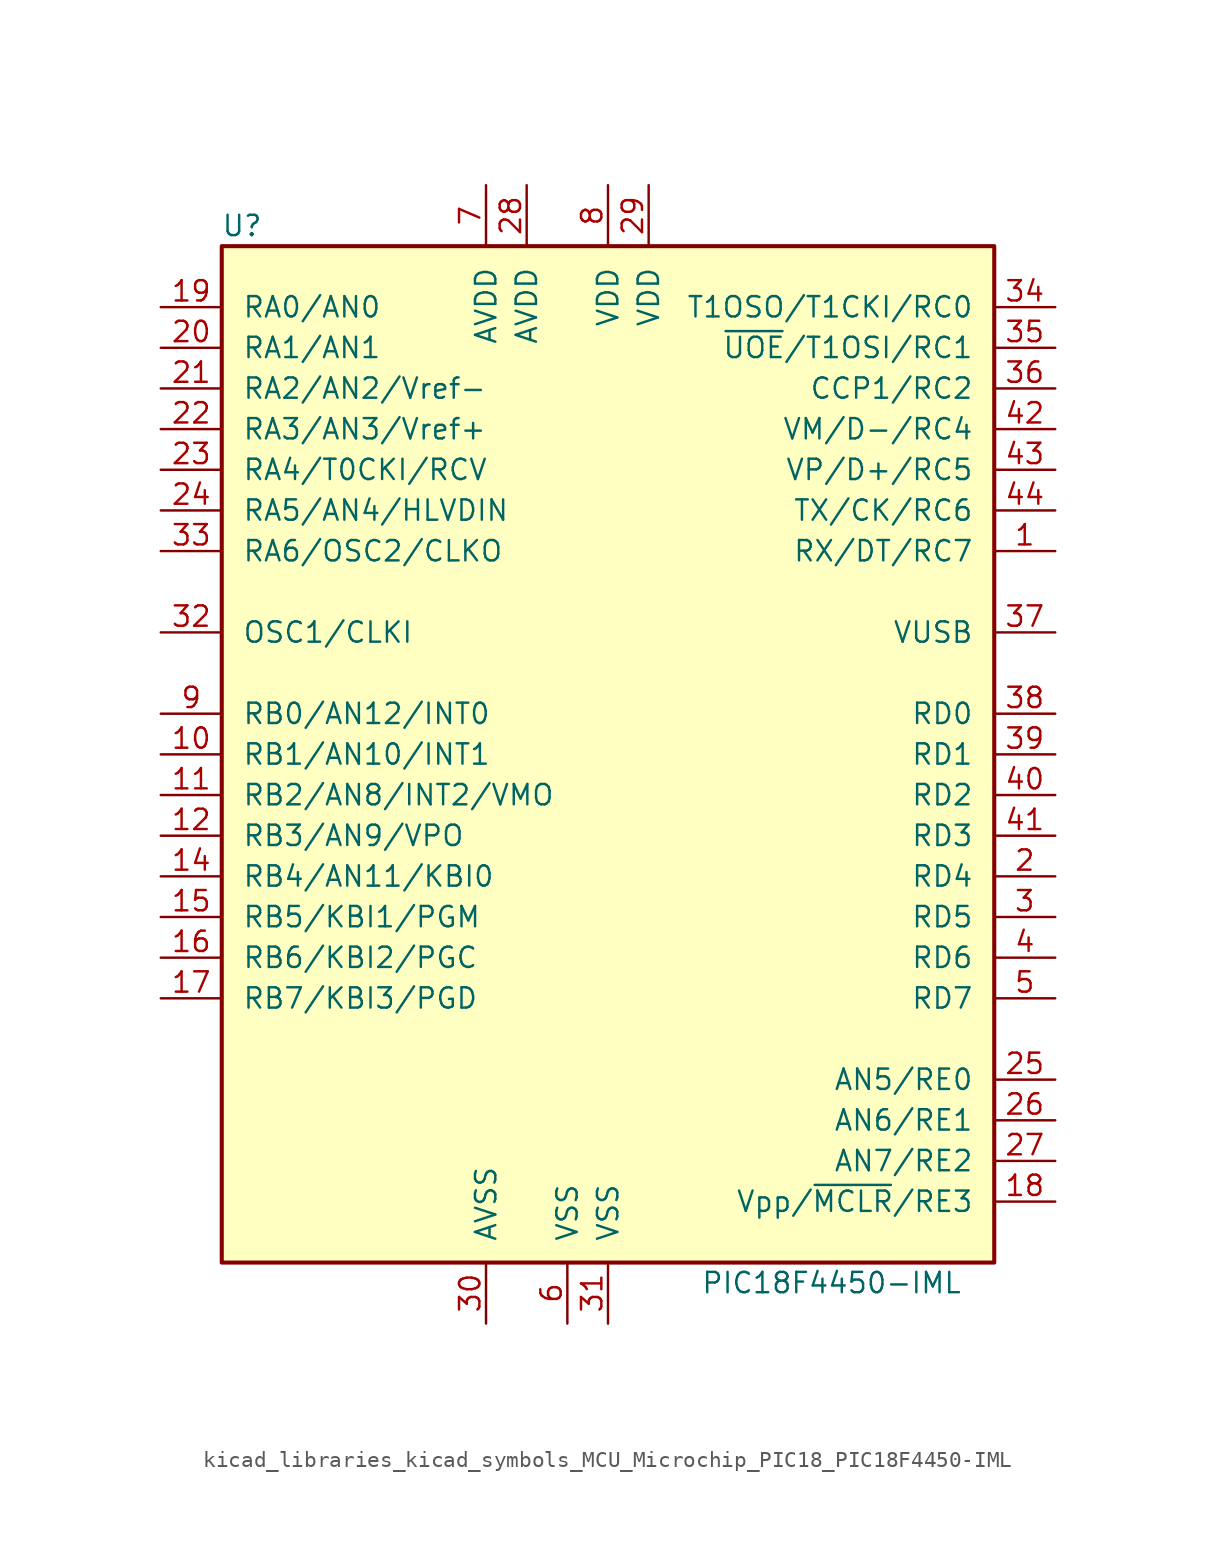
<source format=kicad_sym>
(kicad_symbol_lib
  (version 20220914)
  (generator kicad_symbol_editor)
  (symbol "kicad_libraries_kicad_symbols_MCU_Microchip_PIC18_PIC18F4450-IML"
    (pin_names
      (offset 1.27))
    (property "Reference" "U"
      (at -22.86 33.02 0)
      (effects (font (size 1.27 1.27))))
    (property "Value" "PIC18F4450-IML"
      (at 13.97 -33.02 0)
      (effects (font (size 1.27 1.27))))
    (symbol "kicad_libraries_kicad_symbols_MCU_Microchip_PIC18_PIC18F4450-IML_0_1"
      (rectangle (start -24.13 31.75) (end 24.13 -31.75) (stroke (width 0.254) (type default)) (fill (type background))))
    (symbol "kicad_libraries_kicad_symbols_MCU_Microchip_PIC18_PIC18F4450-IML_1_1"
      (pin bidirectional line (at 27.94 12.7 180) (length 3.81) (name "RX/DT/RC7" (effects (font (size 1.27 1.27)))) (number "1" (effects (font (size 1.27 1.27)))))
      (pin bidirectional line (at -27.94 0 0) (length 3.81) (name "RB1/AN10/INT1" (effects (font (size 1.27 1.27)))) (number "10" (effects (font (size 1.27 1.27)))))
      (pin bidirectional line (at -27.94 -2.54 0) (length 3.81) (name "RB2/AN8/INT2/VMO" (effects (font (size 1.27 1.27)))) (number "11" (effects (font (size 1.27 1.27)))))
      (pin bidirectional line (at -27.94 -5.08 0) (length 3.81) (name "RB3/AN9/VPO" (effects (font (size 1.27 1.27)))) (number "12" (effects (font (size 1.27 1.27)))))
      (pin no_connect line (at -12.7 -31.75 90) (length 3.81) hide (name "NC" (effects (font (size 1.27 1.27)))) (number "13" (effects (font (size 1.27 1.27)))))
      (pin bidirectional line (at -27.94 -7.62 0) (length 3.81) (name "RB4/AN11/KBI0" (effects (font (size 1.27 1.27)))) (number "14" (effects (font (size 1.27 1.27)))))
      (pin bidirectional line (at -27.94 -10.16 0) (length 3.81) (name "RB5/KBI1/PGM" (effects (font (size 1.27 1.27)))) (number "15" (effects (font (size 1.27 1.27)))))
      (pin bidirectional line (at -27.94 -12.7 0) (length 3.81) (name "RB6/KBI2/PGC" (effects (font (size 1.27 1.27)))) (number "16" (effects (font (size 1.27 1.27)))))
      (pin bidirectional line (at -27.94 -15.24 0) (length 3.81) (name "RB7/KBI3/PGD" (effects (font (size 1.27 1.27)))) (number "17" (effects (font (size 1.27 1.27)))))
      (pin input line (at 27.94 -27.94 180) (length 3.81) (name "Vpp/~{MCLR}/RE3" (effects (font (size 1.27 1.27)))) (number "18" (effects (font (size 1.27 1.27)))))
      (pin bidirectional line (at -27.94 27.94 0) (length 3.81) (name "RA0/AN0" (effects (font (size 1.27 1.27)))) (number "19" (effects (font (size 1.27 1.27)))))
      (pin bidirectional line (at 27.94 -7.62 180) (length 3.81) (name "RD4" (effects (font (size 1.27 1.27)))) (number "2" (effects (font (size 1.27 1.27)))))
      (pin bidirectional line (at -27.94 25.4 0) (length 3.81) (name "RA1/AN1" (effects (font (size 1.27 1.27)))) (number "20" (effects (font (size 1.27 1.27)))))
      (pin bidirectional line (at -27.94 22.86 0) (length 3.81) (name "RA2/AN2/Vref-" (effects (font (size 1.27 1.27)))) (number "21" (effects (font (size 1.27 1.27)))))
      (pin bidirectional line (at -27.94 20.32 0) (length 3.81) (name "RA3/AN3/Vref+" (effects (font (size 1.27 1.27)))) (number "22" (effects (font (size 1.27 1.27)))))
      (pin bidirectional line (at -27.94 17.78 0) (length 3.81) (name "RA4/T0CKI/RCV" (effects (font (size 1.27 1.27)))) (number "23" (effects (font (size 1.27 1.27)))))
      (pin bidirectional line (at -27.94 15.24 0) (length 3.81) (name "RA5/AN4/HLVDIN" (effects (font (size 1.27 1.27)))) (number "24" (effects (font (size 1.27 1.27)))))
      (pin bidirectional line (at 27.94 -20.32 180) (length 3.81) (name "AN5/RE0" (effects (font (size 1.27 1.27)))) (number "25" (effects (font (size 1.27 1.27)))))
      (pin bidirectional line (at 27.94 -22.86 180) (length 3.81) (name "AN6/RE1" (effects (font (size 1.27 1.27)))) (number "26" (effects (font (size 1.27 1.27)))))
      (pin bidirectional line (at 27.94 -25.4 180) (length 3.81) (name "AN7/RE2" (effects (font (size 1.27 1.27)))) (number "27" (effects (font (size 1.27 1.27)))))
      (pin power_in line (at -5.08 35.56 270) (length 3.81) (name "AVDD" (effects (font (size 1.27 1.27)))) (number "28" (effects (font (size 1.27 1.27)))))
      (pin power_in line (at 2.54 35.56 270) (length 3.81) (name "VDD" (effects (font (size 1.27 1.27)))) (number "29" (effects (font (size 1.27 1.27)))))
      (pin bidirectional line (at 27.94 -10.16 180) (length 3.81) (name "RD5" (effects (font (size 1.27 1.27)))) (number "3" (effects (font (size 1.27 1.27)))))
      (pin power_in line (at -7.62 -35.56 90) (length 3.81) (name "AVSS" (effects (font (size 1.27 1.27)))) (number "30" (effects (font (size 1.27 1.27)))))
      (pin power_in line (at 0 -35.56 90) (length 3.81) (name "VSS" (effects (font (size 1.27 1.27)))) (number "31" (effects (font (size 1.27 1.27)))))
      (pin input line (at -27.94 7.62 0) (length 3.81) (name "OSC1/CLKI" (effects (font (size 1.27 1.27)))) (number "32" (effects (font (size 1.27 1.27)))))
      (pin output line (at -27.94 12.7 0) (length 3.81) (name "RA6/OSC2/CLKO" (effects (font (size 1.27 1.27)))) (number "33" (effects (font (size 1.27 1.27)))))
      (pin bidirectional line (at 27.94 27.94 180) (length 3.81) (name "T1OSO/T1CKI/RC0" (effects (font (size 1.27 1.27)))) (number "34" (effects (font (size 1.27 1.27)))))
      (pin bidirectional line (at 27.94 25.4 180) (length 3.81) (name "~{UOE}/T1OSI/RC1" (effects (font (size 1.27 1.27)))) (number "35" (effects (font (size 1.27 1.27)))))
      (pin bidirectional line (at 27.94 22.86 180) (length 3.81) (name "CCP1/RC2" (effects (font (size 1.27 1.27)))) (number "36" (effects (font (size 1.27 1.27)))))
      (pin bidirectional line (at 27.94 7.62 180) (length 3.81) (name "VUSB" (effects (font (size 1.27 1.27)))) (number "37" (effects (font (size 1.27 1.27)))))
      (pin bidirectional line (at 27.94 2.54 180) (length 3.81) (name "RD0" (effects (font (size 1.27 1.27)))) (number "38" (effects (font (size 1.27 1.27)))))
      (pin bidirectional line (at 27.94 0 180) (length 3.81) (name "RD1" (effects (font (size 1.27 1.27)))) (number "39" (effects (font (size 1.27 1.27)))))
      (pin bidirectional line (at 27.94 -12.7 180) (length 3.81) (name "RD6" (effects (font (size 1.27 1.27)))) (number "4" (effects (font (size 1.27 1.27)))))
      (pin bidirectional line (at 27.94 -2.54 180) (length 3.81) (name "RD2" (effects (font (size 1.27 1.27)))) (number "40" (effects (font (size 1.27 1.27)))))
      (pin bidirectional line (at 27.94 -5.08 180) (length 3.81) (name "RD3" (effects (font (size 1.27 1.27)))) (number "41" (effects (font (size 1.27 1.27)))))
      (pin bidirectional line (at 27.94 20.32 180) (length 3.81) (name "VM/D-/RC4" (effects (font (size 1.27 1.27)))) (number "42" (effects (font (size 1.27 1.27)))))
      (pin bidirectional line (at 27.94 17.78 180) (length 3.81) (name "VP/D+/RC5" (effects (font (size 1.27 1.27)))) (number "43" (effects (font (size 1.27 1.27)))))
      (pin bidirectional line (at 27.94 15.24 180) (length 3.81) (name "TX/CK/RC6" (effects (font (size 1.27 1.27)))) (number "44" (effects (font (size 1.27 1.27)))))
      (pin bidirectional line (at 27.94 -15.24 180) (length 3.81) (name "RD7" (effects (font (size 1.27 1.27)))) (number "5" (effects (font (size 1.27 1.27)))))
      (pin power_in line (at -2.54 -35.56 90) (length 3.81) (name "VSS" (effects (font (size 1.27 1.27)))) (number "6" (effects (font (size 1.27 1.27)))))
      (pin power_in line (at -7.62 35.56 270) (length 3.81) (name "AVDD" (effects (font (size 1.27 1.27)))) (number "7" (effects (font (size 1.27 1.27)))))
      (pin power_in line (at 0 35.56 270) (length 3.81) (name "VDD" (effects (font (size 1.27 1.27)))) (number "8" (effects (font (size 1.27 1.27)))))
      (pin bidirectional line (at -27.94 2.54 0) (length 3.81) (name "RB0/AN12/INT0" (effects (font (size 1.27 1.27)))) (number "9" (effects (font (size 1.27 1.27))))))))
</source>
